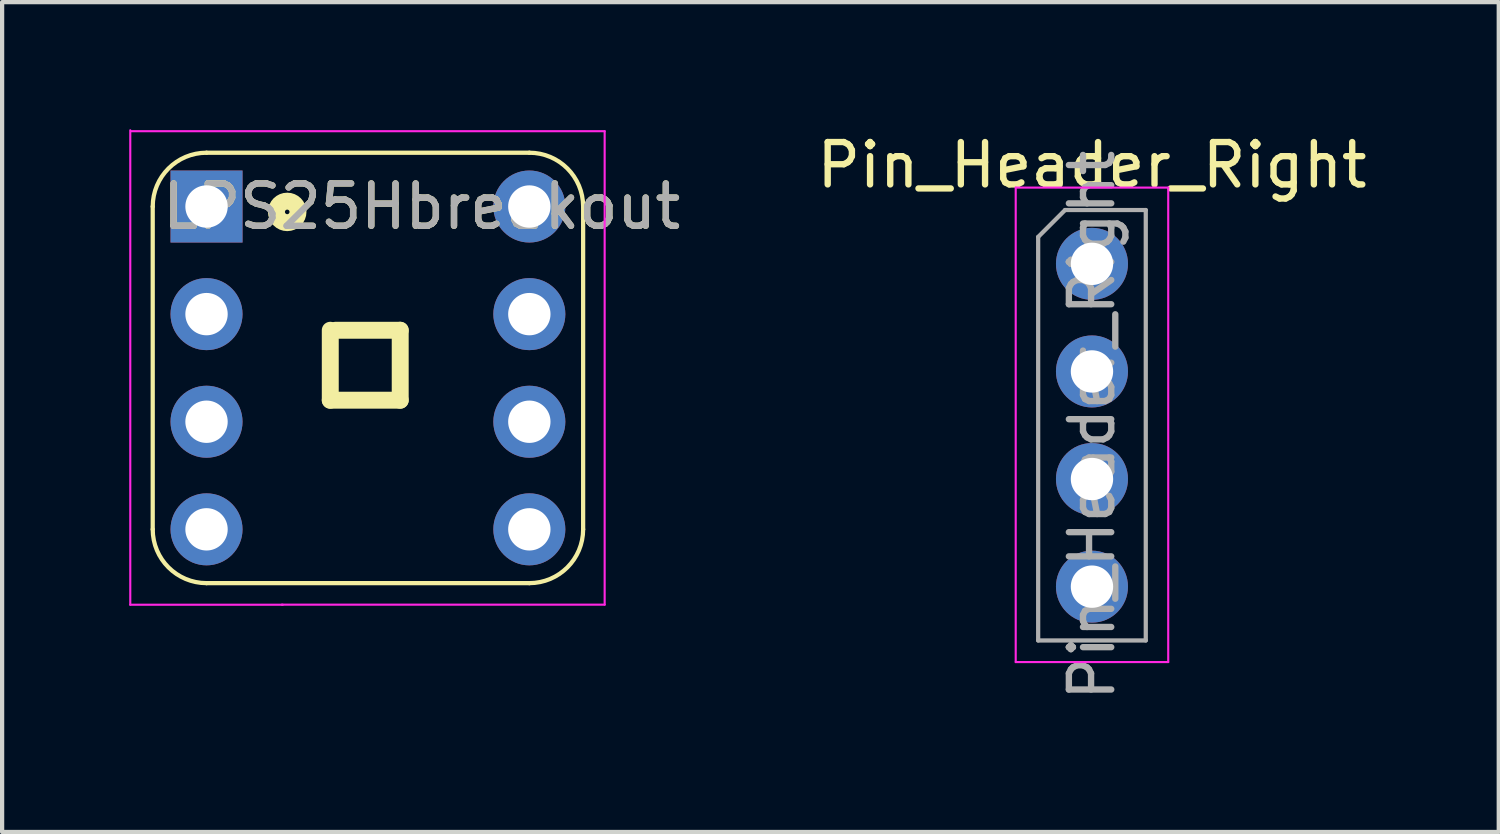
<source format=kicad_pcb>
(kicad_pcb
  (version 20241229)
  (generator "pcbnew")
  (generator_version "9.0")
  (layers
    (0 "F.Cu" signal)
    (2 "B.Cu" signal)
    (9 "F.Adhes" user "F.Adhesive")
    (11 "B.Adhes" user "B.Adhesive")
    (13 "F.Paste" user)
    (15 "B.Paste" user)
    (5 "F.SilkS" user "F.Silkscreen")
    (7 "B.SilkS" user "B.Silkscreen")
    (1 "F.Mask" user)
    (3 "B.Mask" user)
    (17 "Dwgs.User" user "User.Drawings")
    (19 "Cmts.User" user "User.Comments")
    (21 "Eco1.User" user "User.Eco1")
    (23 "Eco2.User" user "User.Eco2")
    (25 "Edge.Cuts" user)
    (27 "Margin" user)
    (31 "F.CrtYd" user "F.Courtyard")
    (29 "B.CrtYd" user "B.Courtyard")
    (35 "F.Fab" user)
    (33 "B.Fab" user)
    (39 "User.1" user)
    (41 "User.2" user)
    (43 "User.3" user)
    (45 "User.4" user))
  (footprint "LPS25Hbreakout"
    (layer "F.Cu")
    (at 5.635 5.635)
    (property "Reference" "LPS25Hbreakout" (at 1.27 -3.81 0) (layer "F.SilkS") (effects (font (size 1 1) (thickness 0.15))))
    (attr through_hole)
    (fp_line (start -5.08 3.81) (end -5.08 -3.81) (stroke (width 0.1) (type solid)) (layer "F.SilkS"))
    (fp_line (start -3.81 -5.08) (end 3.81 -5.08) (stroke (width 0.1) (type solid)) (layer "F.SilkS"))
    (fp_line (start -0.889 -0.889) (end -0.889 0.762) (stroke (width 0.4) (type solid)) (layer "F.SilkS"))
    (fp_line (start -0.889 0.762) (end 0.762 0.762) (stroke (width 0.4) (type solid)) (layer "F.SilkS"))
    (fp_line (start 0.762 -0.889) (end -0.762 -0.889) (stroke (width 0.4) (type solid)) (layer "F.SilkS"))
    (fp_line (start 0.762 0.762) (end 0.762 -0.889) (stroke (width 0.4) (type solid)) (layer "F.SilkS"))
    (fp_line (start 3.81 5.08) (end -3.81 5.08) (stroke (width 0.1) (type solid)) (layer "F.SilkS"))
    (fp_line (start 5.08 -3.81) (end 5.08 3.81) (stroke (width 0.1) (type solid)) (layer "F.SilkS"))
    (fp_arc (start -5.08 -3.81) (mid -4.708026 -4.708026) (end -3.81 -5.08) (stroke (width 0.1) (type solid)) (layer "F.SilkS"))
    (fp_arc (start -3.81 5.08) (mid -4.708026 4.708026) (end -5.08 3.81) (stroke (width 0.1) (type solid)) (layer "F.SilkS"))
    (fp_arc (start 3.81 -5.08) (mid 4.708026 -4.708026) (end 5.08 -3.81) (stroke (width 0.1) (type solid)) (layer "F.SilkS"))
    (fp_arc (start 5.08 3.81) (mid 4.708026 4.708026) (end 3.81 5.08) (stroke (width 0.1) (type solid)) (layer "F.SilkS"))
    (fp_circle (center -1.905 -3.683) (end -1.905 -3.937) (stroke (width 0.4) (type solid)) (fill no) (layer "F.SilkS"))
    (fp_line (start -5.61 -5.61) (end -5.61 5.59) (stroke (width 0.05) (type solid)) (layer "F.CrtYd"))
    (fp_line (start -5.61 5.59) (end -2.01 5.59) (stroke (width 0.05) (type solid)) (layer "F.CrtYd"))
    (fp_line (start -2.032 5.588) (end 5.588 5.588) (stroke (width 0.05) (type solid)) (layer "F.CrtYd"))
    (fp_line (start 5.588 -5.588) (end -5.588 -5.588) (stroke (width 0.05) (type solid)) (layer "F.CrtYd"))
    (fp_line (start 5.588 5.588) (end 5.588 -5.588) (stroke (width 0.05) (type solid)) (layer "F.CrtYd"))
    (fp_text user "${REFERENCE}" (at 1.27 -3.81 180) (layer "F.Fab") (effects (font (size 1 1) (thickness 0.15))))
    (pad "1" thru_hole rect (at -3.81 -3.81) (size 1.7 1.7) (drill 1) (layers "*.Cu" "*.Mask"))
    (pad "2" thru_hole oval (at -3.81 -1.27) (size 1.7 1.7) (drill 1) (layers "*.Cu" "*.Mask"))
    (pad "4" thru_hole oval (at -3.81 1.27) (size 1.7 1.7) (drill 1) (layers "*.Cu" "*.Mask"))
    (pad "5" thru_hole oval (at -3.81 3.81) (size 1.7 1.7) (drill 1) (layers "*.Cu" "*.Mask"))
    (pad "6" thru_hole oval (at 3.81 3.81) (size 1.7 1.7) (drill 1) (layers "*.Cu" "*.Mask"))
    (pad "7" thru_hole oval (at 3.81 1.27) (size 1.7 1.7) (drill 1) (layers "*.Cu" "*.Mask"))
    (pad "8" thru_hole oval (at 3.81 -1.27) (size 1.7 1.7) (drill 1) (layers "*.Cu" "*.Mask"))
    (pad "10" thru_hole oval (at 3.81 -3.81) (size 1.7 1.7) (drill 1) (layers "*.Cu" "*.Mask")))
  (footprint "Pin_Header_Right"
    (layer "F.Cu")
    (at 22.726 3.178)
    (property "Reference" "Pin_Header_Right" (at 0 -2.33 0) (layer "F.SilkS") (effects (font (size 1 1) (thickness 0.15))))
    (attr through_hole)
    (fp_line (start -1.8 -1.8) (end -1.8 9.4) (stroke (width 0.05) (type solid)) (layer "F.CrtYd"))
    (fp_line (start -1.8 9.4) (end 1.8 9.4) (stroke (width 0.05) (type solid)) (layer "F.CrtYd"))
    (fp_line (start 1.8 -1.8) (end -1.8 -1.8) (stroke (width 0.05) (type solid)) (layer "F.CrtYd"))
    (fp_line (start 1.8 9.4) (end 1.8 -1.8) (stroke (width 0.05) (type solid)) (layer "F.CrtYd"))
    (fp_line (start -1.27 -0.635) (end -0.635 -1.27) (stroke (width 0.1) (type solid)) (layer "F.Fab"))
    (fp_line (start -1.27 8.89) (end -1.27 -0.635) (stroke (width 0.1) (type solid)) (layer "F.Fab"))
    (fp_line (start -0.635 -1.27) (end 1.27 -1.27) (stroke (width 0.1) (type solid)) (layer "F.Fab"))
    (fp_line (start 1.27 -1.27) (end 1.27 8.89) (stroke (width 0.1) (type solid)) (layer "F.Fab"))
    (fp_line (start 1.27 8.89) (end -1.27 8.89) (stroke (width 0.1) (type solid)) (layer "F.Fab"))
    (fp_text user "${REFERENCE}" (at 0 3.81 90) (layer "F.Fab") (effects (font (size 1 1) (thickness 0.15))))
    (pad "6" thru_hole oval (at 0 7.62) (size 1.7 1.7) (drill 1) (layers "*.Cu" "*.Mask"))
    (pad "7" thru_hole oval (at 0 5.08) (size 1.7 1.7) (drill 1) (layers "*.Cu" "*.Mask"))
    (pad "8" thru_hole oval (at 0 2.54) (size 1.7 1.7) (drill 1) (layers "*.Cu" "*.Mask"))
    (pad "10" thru_hole circle (at 0 0) (size 1.7 1.7) (drill 1) (layers "*.Cu" "*.Mask")))
  (gr_rect
    (start -3 -3)
    (end 32.328 16.589)
    (stroke (width 0.1) (type default))
    (fill no)
    (layer "Edge.Cuts")))
</source>
